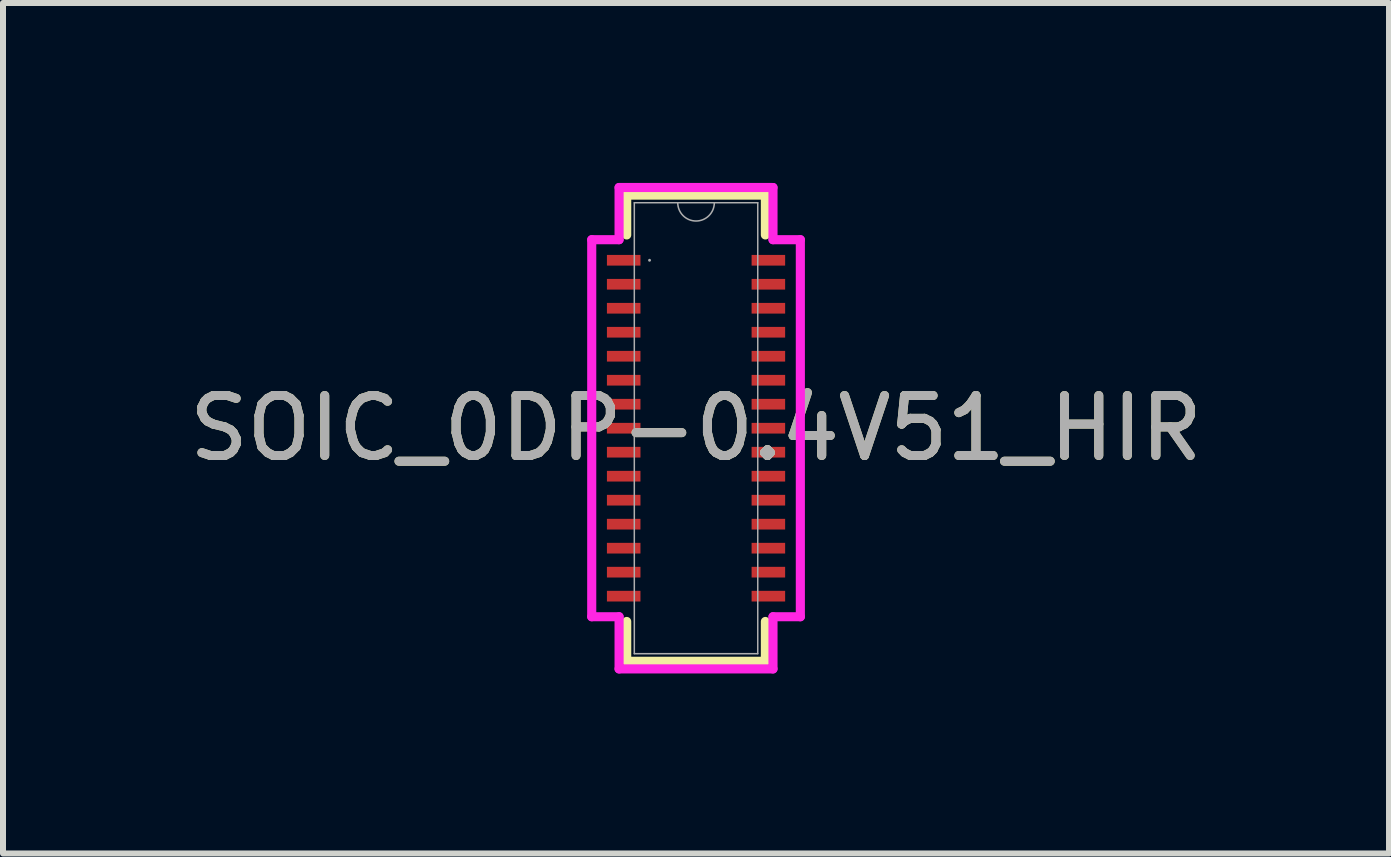
<source format=kicad_pcb>
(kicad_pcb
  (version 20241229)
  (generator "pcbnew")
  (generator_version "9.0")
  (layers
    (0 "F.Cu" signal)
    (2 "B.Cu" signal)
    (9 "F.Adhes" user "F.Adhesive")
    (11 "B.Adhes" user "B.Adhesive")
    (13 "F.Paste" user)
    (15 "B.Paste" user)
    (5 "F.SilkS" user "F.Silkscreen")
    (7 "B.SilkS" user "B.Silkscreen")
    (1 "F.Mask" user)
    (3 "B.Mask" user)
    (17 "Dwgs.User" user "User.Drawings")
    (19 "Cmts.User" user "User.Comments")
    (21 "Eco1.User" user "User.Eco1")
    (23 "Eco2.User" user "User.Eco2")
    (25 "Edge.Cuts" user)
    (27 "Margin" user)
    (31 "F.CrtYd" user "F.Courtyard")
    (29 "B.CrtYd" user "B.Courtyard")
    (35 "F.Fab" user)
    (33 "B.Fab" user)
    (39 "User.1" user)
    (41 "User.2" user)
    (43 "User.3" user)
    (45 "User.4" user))
  (footprint "SOIC_0DP-0.4V51_HIR"
    (layer "F.Cu")
    (at 8.554 4.089)
    (property "Reference" "SOIC_0DP-0.4V51_HIR" (at 0 0 0) (unlocked yes) (layer "F.SilkS") (effects (font (size 1 1) (thickness 0.15))))
    (attr smd)
    (fp_line (start -1.156 -3.886) (end -1.156 -3.222) (stroke (width 0.152) (type solid)) (layer "F.SilkS"))
    (fp_line (start -1.156 3.222) (end -1.156 3.886) (stroke (width 0.152) (type solid)) (layer "F.SilkS"))
    (fp_line (start -1.156 3.886) (end 1.156 3.886) (stroke (width 0.152) (type solid)) (layer "F.SilkS"))
    (fp_line (start 1.156 -3.886) (end -1.156 -3.886) (stroke (width 0.152) (type solid)) (layer "F.SilkS"))
    (fp_line (start 1.156 -3.222) (end 1.156 -3.886) (stroke (width 0.152) (type solid)) (layer "F.SilkS"))
    (fp_line (start 1.156 3.886) (end 1.156 3.222) (stroke (width 0.152) (type solid)) (layer "F.SilkS"))
    (fp_line (start -1.739 -3.143) (end -1.739 3.143) (stroke (width 0.152) (type solid)) (layer "F.CrtYd"))
    (fp_line (start -1.739 3.143) (end -1.283 3.143) (stroke (width 0.152) (type solid)) (layer "F.CrtYd"))
    (fp_line (start -1.283 -4.013) (end -1.283 -3.143) (stroke (width 0.152) (type solid)) (layer "F.CrtYd"))
    (fp_line (start -1.283 -3.143) (end -1.739 -3.143) (stroke (width 0.152) (type solid)) (layer "F.CrtYd"))
    (fp_line (start -1.283 3.143) (end -1.283 4.013) (stroke (width 0.152) (type solid)) (layer "F.CrtYd"))
    (fp_line (start -1.283 4.013) (end 1.283 4.013) (stroke (width 0.152) (type solid)) (layer "F.CrtYd"))
    (fp_line (start 1.283 -4.013) (end -1.283 -4.013) (stroke (width 0.152) (type solid)) (layer "F.CrtYd"))
    (fp_line (start 1.283 -3.143) (end 1.283 -4.013) (stroke (width 0.152) (type solid)) (layer "F.CrtYd"))
    (fp_line (start 1.283 3.143) (end 1.739 3.143) (stroke (width 0.152) (type solid)) (layer "F.CrtYd"))
    (fp_line (start 1.283 4.013) (end 1.283 3.143) (stroke (width 0.152) (type solid)) (layer "F.CrtYd"))
    (fp_line (start 1.739 -3.143) (end 1.283 -3.143) (stroke (width 0.152) (type solid)) (layer "F.CrtYd"))
    (fp_line (start 1.739 3.143) (end 1.739 -3.143) (stroke (width 0.152) (type solid)) (layer "F.CrtYd"))
    (fp_line (start -1.029 -3.759) (end -1.029 3.759) (stroke (width 0.025) (type solid)) (layer "F.Fab"))
    (fp_line (start -1.029 3.759) (end 1.029 3.759) (stroke (width 0.025) (type solid)) (layer "F.Fab"))
    (fp_line (start 1.029 -3.759) (end -1.029 -3.759) (stroke (width 0.025) (type solid)) (layer "F.Fab"))
    (fp_line (start 1.029 3.759) (end 1.029 -3.759) (stroke (width 0.025) (type solid)) (layer "F.Fab"))
    (fp_arc (start 0.3048 -3.7592) (mid 0 -3.4544) (end -0.3048 -3.7592) (stroke (width 0.0254) (type solid)) (layer "F.Fab"))
    (fp_circle (center -0.775 -2.8) (end -0.775 -2.8) (stroke (width 0.025) (type solid)) (fill no) (layer "F.Fab"))
    (fp_text user "${REFERENCE}" (at 0 0 0) (unlocked yes) (layer "F.Fab") (effects (font (size 1 1) (thickness 0.15))))
    (pad "1" smd rect (at -1.206 -2.8) (size 0.559 0.178) (layers "F.Cu" "F.Mask" "F.Paste"))
    (pad "2" smd rect (at -1.206 -2.4) (size 0.559 0.178) (layers "F.Cu" "F.Mask" "F.Paste"))
    (pad "3" smd rect (at -1.206 -2) (size 0.559 0.178) (layers "F.Cu" "F.Mask" "F.Paste"))
    (pad "4" smd rect (at -1.206 -1.6) (size 0.559 0.178) (layers "F.Cu" "F.Mask" "F.Paste"))
    (pad "5" smd rect (at -1.206 -1.2) (size 0.559 0.178) (layers "F.Cu" "F.Mask" "F.Paste"))
    (pad "6" smd rect (at -1.206 -0.8) (size 0.559 0.178) (layers "F.Cu" "F.Mask" "F.Paste"))
    (pad "7" smd rect (at -1.206 -0.4) (size 0.559 0.178) (layers "F.Cu" "F.Mask" "F.Paste"))
    (pad "8" smd rect (at -1.206 0) (size 0.559 0.178) (layers "F.Cu" "F.Mask" "F.Paste"))
    (pad "9" smd rect (at -1.206 0.4) (size 0.559 0.178) (layers "F.Cu" "F.Mask" "F.Paste"))
    (pad "10" smd rect (at -1.206 0.8) (size 0.559 0.178) (layers "F.Cu" "F.Mask" "F.Paste"))
    (pad "11" smd rect (at -1.206 1.2) (size 0.559 0.178) (layers "F.Cu" "F.Mask" "F.Paste"))
    (pad "12" smd rect (at -1.206 1.6) (size 0.559 0.178) (layers "F.Cu" "F.Mask" "F.Paste"))
    (pad "13" smd rect (at -1.206 2) (size 0.559 0.178) (layers "F.Cu" "F.Mask" "F.Paste"))
    (pad "14" smd rect (at -1.206 2.4) (size 0.559 0.178) (layers "F.Cu" "F.Mask" "F.Paste"))
    (pad "15" smd rect (at -1.206 2.8) (size 0.559 0.178) (layers "F.Cu" "F.Mask" "F.Paste"))
    (pad "16" smd rect (at 1.206 -2.8) (size 0.559 0.178) (layers "F.Cu" "F.Mask" "F.Paste"))
    (pad "17" smd rect (at 1.206 -2.4) (size 0.559 0.178) (layers "F.Cu" "F.Mask" "F.Paste"))
    (pad "18" smd rect (at 1.206 -2) (size 0.559 0.178) (layers "F.Cu" "F.Mask" "F.Paste"))
    (pad "19" smd rect (at 1.206 -1.6) (size 0.559 0.178) (layers "F.Cu" "F.Mask" "F.Paste"))
    (pad "20" smd rect (at 1.206 -1.2) (size 0.559 0.178) (layers "F.Cu" "F.Mask" "F.Paste"))
    (pad "21" smd rect (at 1.206 -0.8) (size 0.559 0.178) (layers "F.Cu" "F.Mask" "F.Paste"))
    (pad "22" smd rect (at 1.206 -0.4) (size 0.559 0.178) (layers "F.Cu" "F.Mask" "F.Paste"))
    (pad "23" smd rect (at 1.206 0) (size 0.559 0.178) (layers "F.Cu" "F.Mask" "F.Paste"))
    (pad "24" smd rect (at 1.206 0.4) (size 0.559 0.178) (layers "F.Cu" "F.Mask" "F.Paste"))
    (pad "25" smd rect (at 1.206 0.8) (size 0.559 0.178) (layers "F.Cu" "F.Mask" "F.Paste"))
    (pad "26" smd rect (at 1.206 1.2) (size 0.559 0.178) (layers "F.Cu" "F.Mask" "F.Paste"))
    (pad "27" smd rect (at 1.206 1.6) (size 0.559 0.178) (layers "F.Cu" "F.Mask" "F.Paste"))
    (pad "28" smd rect (at 1.206 2) (size 0.559 0.178) (layers "F.Cu" "F.Mask" "F.Paste"))
    (pad "29" smd rect (at 1.206 2.4) (size 0.559 0.178) (layers "F.Cu" "F.Mask" "F.Paste"))
    (pad "30" smd rect (at 1.206 2.8) (size 0.559 0.178) (layers "F.Cu" "F.Mask" "F.Paste")))
  (gr_rect
    (start -3 -3)
    (end 20.107 11.179)
    (stroke (width 0.1) (type default))
    (fill no)
    (layer "Edge.Cuts")))
</source>
